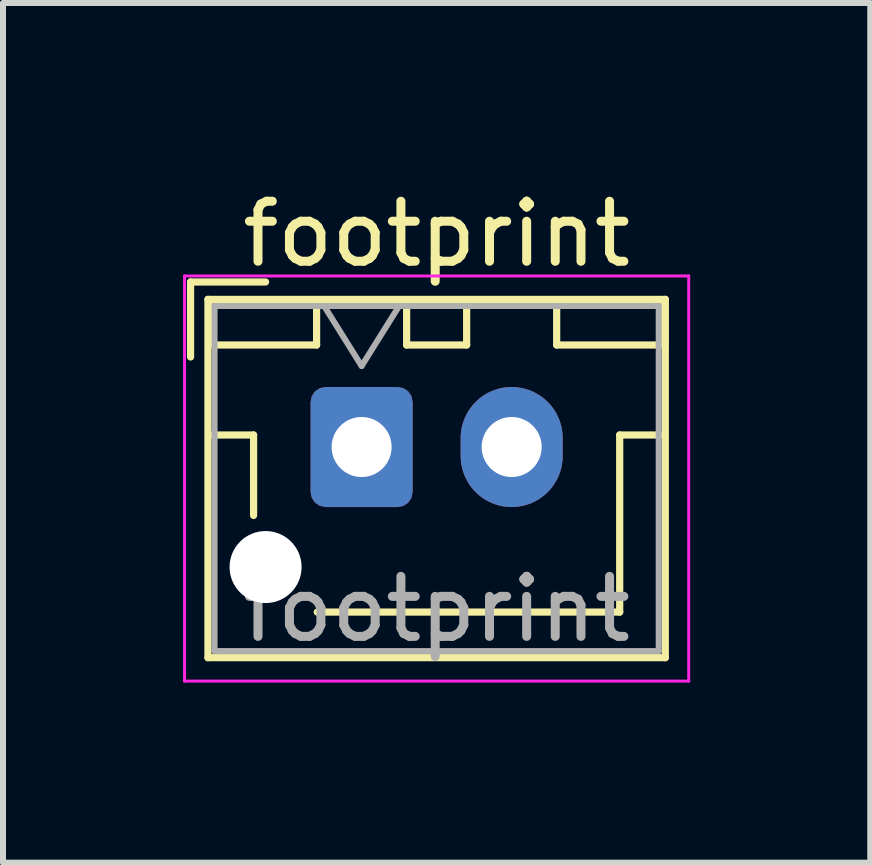
<source format=kicad_pcb>
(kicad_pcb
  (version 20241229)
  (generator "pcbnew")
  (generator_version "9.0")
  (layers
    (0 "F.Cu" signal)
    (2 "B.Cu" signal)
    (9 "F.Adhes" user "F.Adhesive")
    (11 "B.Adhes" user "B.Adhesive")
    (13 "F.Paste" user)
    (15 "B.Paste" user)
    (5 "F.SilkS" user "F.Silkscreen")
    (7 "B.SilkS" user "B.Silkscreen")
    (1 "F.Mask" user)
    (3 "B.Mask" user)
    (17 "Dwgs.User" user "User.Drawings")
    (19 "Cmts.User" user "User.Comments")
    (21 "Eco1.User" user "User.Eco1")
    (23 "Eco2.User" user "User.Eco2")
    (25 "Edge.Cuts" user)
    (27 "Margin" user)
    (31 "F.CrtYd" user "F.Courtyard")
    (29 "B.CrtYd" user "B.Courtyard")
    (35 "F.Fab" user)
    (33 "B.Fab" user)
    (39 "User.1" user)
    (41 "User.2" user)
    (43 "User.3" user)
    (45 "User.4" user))
  (footprint "footprint"
    (layer "F.Cu")
    (at 2.975 4.398)
    (property "Reference" "footprint" (at 1.25 -3.55 0) (layer "F.SilkS") (effects (font (size 1 1) (thickness 0.15))))
    (attr through_hole)
    (fp_line (start -2.85 -2.75) (end -2.85 -1.5) (stroke (width 0.12) (type solid)) (layer "F.SilkS"))
    (fp_line (start -2.56 -2.46) (end -2.56 3.51) (stroke (width 0.12) (type solid)) (layer "F.SilkS"))
    (fp_line (start -2.56 3.51) (end 5.06 3.51) (stroke (width 0.12) (type solid)) (layer "F.SilkS"))
    (fp_line (start -2.55 -2.45) (end -2.55 -1.7) (stroke (width 0.12) (type solid)) (layer "F.SilkS"))
    (fp_line (start -2.55 -1.7) (end -0.75 -1.7) (stroke (width 0.12) (type solid)) (layer "F.SilkS"))
    (fp_line (start -2.55 -0.2) (end -1.8 -0.2) (stroke (width 0.12) (type solid)) (layer "F.SilkS"))
    (fp_line (start -1.8 -0.2) (end -1.8 1.14) (stroke (width 0.12) (type solid)) (layer "F.SilkS"))
    (fp_line (start -1.6 -2.75) (end -2.85 -2.75) (stroke (width 0.12) (type solid)) (layer "F.SilkS"))
    (fp_line (start -0.75 -2.45) (end -2.55 -2.45) (stroke (width 0.12) (type solid)) (layer "F.SilkS"))
    (fp_line (start -0.75 -1.7) (end -0.75 -2.45) (stroke (width 0.12) (type solid)) (layer "F.SilkS"))
    (fp_line (start 0.75 -2.45) (end 0.75 -1.7) (stroke (width 0.12) (type solid)) (layer "F.SilkS"))
    (fp_line (start 0.75 -1.7) (end 1.75 -1.7) (stroke (width 0.12) (type solid)) (layer "F.SilkS"))
    (fp_line (start 1.25 2.75) (end -0.74 2.75) (stroke (width 0.12) (type solid)) (layer "F.SilkS"))
    (fp_line (start 1.75 -2.45) (end 0.75 -2.45) (stroke (width 0.12) (type solid)) (layer "F.SilkS"))
    (fp_line (start 1.75 -1.7) (end 1.75 -2.45) (stroke (width 0.12) (type solid)) (layer "F.SilkS"))
    (fp_line (start 3.25 -2.45) (end 3.25 -1.7) (stroke (width 0.12) (type solid)) (layer "F.SilkS"))
    (fp_line (start 3.25 -1.7) (end 5.05 -1.7) (stroke (width 0.12) (type solid)) (layer "F.SilkS"))
    (fp_line (start 4.3 -0.2) (end 4.3 2.75) (stroke (width 0.12) (type solid)) (layer "F.SilkS"))
    (fp_line (start 4.3 2.75) (end 1.25 2.75) (stroke (width 0.12) (type solid)) (layer "F.SilkS"))
    (fp_line (start 5.05 -2.45) (end 3.25 -2.45) (stroke (width 0.12) (type solid)) (layer "F.SilkS"))
    (fp_line (start 5.05 -1.7) (end 5.05 -2.45) (stroke (width 0.12) (type solid)) (layer "F.SilkS"))
    (fp_line (start 5.05 -0.2) (end 4.3 -0.2) (stroke (width 0.12) (type solid)) (layer "F.SilkS"))
    (fp_line (start 5.06 -2.46) (end -2.56 -2.46) (stroke (width 0.12) (type solid)) (layer "F.SilkS"))
    (fp_line (start 5.06 3.51) (end 5.06 -2.46) (stroke (width 0.12) (type solid)) (layer "F.SilkS"))
    (fp_line (start -2.95 -2.85) (end -2.95 3.9) (stroke (width 0.05) (type solid)) (layer "F.CrtYd"))
    (fp_line (start -2.95 3.9) (end 5.45 3.9) (stroke (width 0.05) (type solid)) (layer "F.CrtYd"))
    (fp_line (start 5.45 -2.85) (end -2.95 -2.85) (stroke (width 0.05) (type solid)) (layer "F.CrtYd"))
    (fp_line (start 5.45 3.9) (end 5.45 -2.85) (stroke (width 0.05) (type solid)) (layer "F.CrtYd"))
    (fp_line (start -2.45 -2.35) (end -2.45 3.4) (stroke (width 0.1) (type solid)) (layer "F.Fab"))
    (fp_line (start -2.45 3.4) (end 4.95 3.4) (stroke (width 0.1) (type solid)) (layer "F.Fab"))
    (fp_line (start -0.625 -2.35) (end 0 -1.35) (stroke (width 0.1) (type solid)) (layer "F.Fab"))
    (fp_line (start 0 -1.35) (end 0.625 -2.35) (stroke (width 0.1) (type solid)) (layer "F.Fab"))
    (fp_line (start 4.95 -2.35) (end -2.45 -2.35) (stroke (width 0.1) (type solid)) (layer "F.Fab"))
    (fp_line (start 4.95 3.4) (end 4.95 -2.35) (stroke (width 0.1) (type solid)) (layer "F.Fab"))
    (fp_text user "${REFERENCE}" (at 1.25 2.7 0) (layer "F.Fab") (effects (font (size 1 1) (thickness 0.15))))
    (pad "" np_thru_hole circle (at -1.6 2) (size 1.2 1.2) (drill 1.2) (layers "*.Cu" "*.Mask"))
    (pad "1" thru_hole roundrect (at 0 0) (size 1.7 2) (drill 1) (layers "*.Cu" "*.Mask") (roundrect_rratio 0.147))
    (pad "2" thru_hole oval (at 2.5 0) (size 1.7 2) (drill 1) (layers "*.Cu" "*.Mask")))
  (gr_rect
    (start -3 -3)
    (end 11.45 11.323)
    (stroke (width 0.1) (type default))
    (fill no)
    (layer "Edge.Cuts")))
</source>
